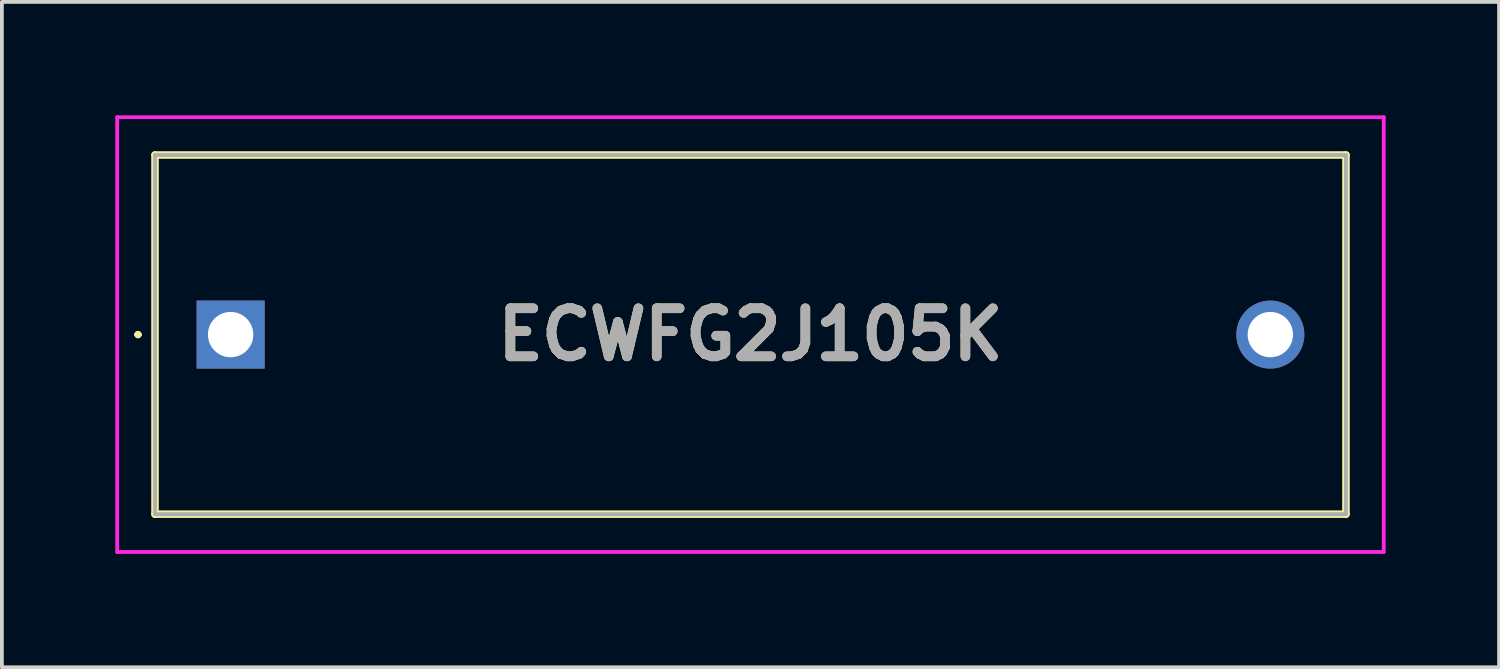
<source format=kicad_pcb>
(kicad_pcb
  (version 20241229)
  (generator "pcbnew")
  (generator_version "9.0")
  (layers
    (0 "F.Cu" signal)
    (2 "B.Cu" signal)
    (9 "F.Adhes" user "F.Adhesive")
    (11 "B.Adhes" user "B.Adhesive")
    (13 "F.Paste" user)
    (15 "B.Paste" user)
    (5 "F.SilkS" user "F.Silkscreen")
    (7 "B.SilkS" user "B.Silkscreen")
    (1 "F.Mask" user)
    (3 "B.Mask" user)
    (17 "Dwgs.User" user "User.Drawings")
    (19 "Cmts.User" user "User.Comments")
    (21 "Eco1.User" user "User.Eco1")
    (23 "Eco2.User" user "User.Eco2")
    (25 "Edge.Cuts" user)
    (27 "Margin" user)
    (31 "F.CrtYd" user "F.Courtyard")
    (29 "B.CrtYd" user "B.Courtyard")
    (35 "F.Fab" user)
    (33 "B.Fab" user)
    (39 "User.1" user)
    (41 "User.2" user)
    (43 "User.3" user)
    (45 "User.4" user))
  (footprint "ECWFG2J105K"
    (layer "F.Cu")
    (at 3.05 5.8)
    (property "Reference" "ECWFG2J105K" (at 13.75 0 0) (layer "F.SilkS") (effects (font (size 1.27 1.27) (thickness 0.254))))
    (attr through_hole)
    (fp_line (start -2.5 0) (end -2.5 0) (stroke (width 0.1) (type solid)) (layer "F.SilkS"))
    (fp_line (start -2.4 0) (end -2.4 0) (stroke (width 0.1) (type solid)) (layer "F.SilkS"))
    (fp_line (start -2 -4.75) (end 29.5 -4.75) (stroke (width 0.2) (type solid)) (layer "F.SilkS"))
    (fp_line (start -2 4.75) (end -2 -4.75) (stroke (width 0.2) (type solid)) (layer "F.SilkS"))
    (fp_line (start 29.5 -4.75) (end 29.5 4.75) (stroke (width 0.2) (type solid)) (layer "F.SilkS"))
    (fp_line (start 29.5 4.75) (end -2 4.75) (stroke (width 0.2) (type solid)) (layer "F.SilkS"))
    (fp_arc (start -2.5 0) (mid -2.45 -0.05) (end -2.4 0) (stroke (width 0.1) (type solid)) (layer "F.SilkS"))
    (fp_arc (start -2.4 0) (mid -2.45 0.05) (end -2.5 0) (stroke (width 0.1) (type solid)) (layer "F.SilkS"))
    (fp_line (start -3 -5.75) (end 30.5 -5.75) (stroke (width 0.1) (type solid)) (layer "F.CrtYd"))
    (fp_line (start -3 5.75) (end -3 -5.75) (stroke (width 0.1) (type solid)) (layer "F.CrtYd"))
    (fp_line (start 30.5 -5.75) (end 30.5 5.75) (stroke (width 0.1) (type solid)) (layer "F.CrtYd"))
    (fp_line (start 30.5 5.75) (end -3 5.75) (stroke (width 0.1) (type solid)) (layer "F.CrtYd"))
    (fp_line (start -2 -4.75) (end -2 4.75) (stroke (width 0.1) (type solid)) (layer "F.Fab"))
    (fp_line (start -2 4.75) (end 29.5 4.75) (stroke (width 0.1) (type solid)) (layer "F.Fab"))
    (fp_line (start 29.5 -4.75) (end -2 -4.75) (stroke (width 0.1) (type solid)) (layer "F.Fab"))
    (fp_line (start 29.5 4.75) (end 29.5 -4.75) (stroke (width 0.1) (type solid)) (layer "F.Fab"))
    (fp_text user "${REFERENCE}" (at 13.75 0 0) (layer "F.Fab") (effects (font (size 1.27 1.27) (thickness 0.254))))
    (pad "1" thru_hole rect (at 0 0) (size 1.8 1.8) (drill 1.2) (layers "*.Cu" "*.Mask"))
    (pad "2" thru_hole circle (at 27.5 0) (size 1.8 1.8) (drill 1.2) (layers "*.Cu" "*.Mask")))
  (gr_rect
    (start -3 -3)
    (end 36.6 14.6)
    (stroke (width 0.1) (type default))
    (fill no)
    (layer "Edge.Cuts")))
</source>
